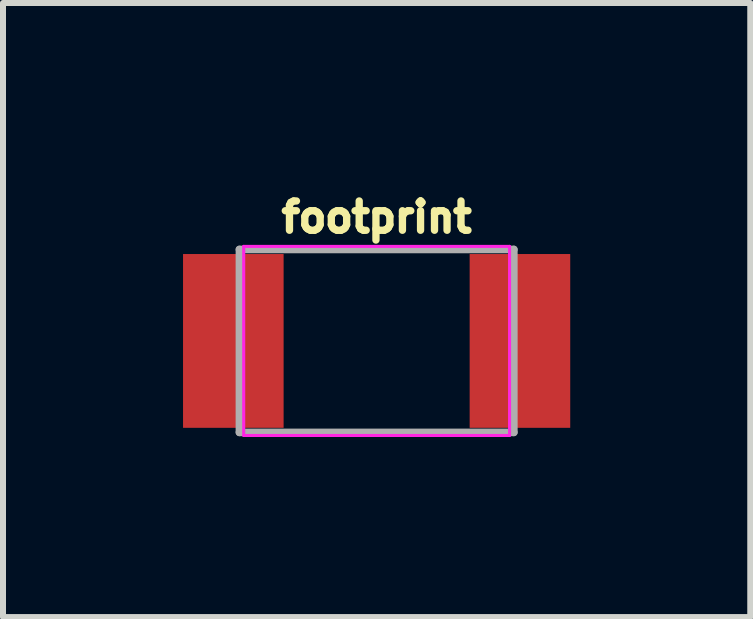
<source format=kicad_pcb>
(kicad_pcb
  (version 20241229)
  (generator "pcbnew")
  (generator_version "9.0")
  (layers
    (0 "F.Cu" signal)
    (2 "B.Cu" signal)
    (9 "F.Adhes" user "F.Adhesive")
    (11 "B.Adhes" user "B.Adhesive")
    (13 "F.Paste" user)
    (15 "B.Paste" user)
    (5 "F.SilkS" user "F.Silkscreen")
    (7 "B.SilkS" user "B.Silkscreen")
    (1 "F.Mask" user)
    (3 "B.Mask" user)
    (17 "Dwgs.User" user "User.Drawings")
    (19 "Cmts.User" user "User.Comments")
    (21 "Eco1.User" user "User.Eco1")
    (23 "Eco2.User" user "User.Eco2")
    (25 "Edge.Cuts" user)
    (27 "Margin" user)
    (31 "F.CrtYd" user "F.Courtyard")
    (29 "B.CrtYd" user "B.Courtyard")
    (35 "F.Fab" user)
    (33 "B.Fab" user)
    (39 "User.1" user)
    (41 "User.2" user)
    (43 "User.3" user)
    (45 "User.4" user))
  (footprint "footprint"
    (layer "F.Cu")
    (at 3.226 2.631)
    (property "Reference" "footprint" (at 0 -1.778 0) (layer "F.SilkS") (effects (font (size 0.488 0.488) (thickness 0.122)) (justify bottom)))
    (fp_line (start -2.215 -1.575) (end 2.215 -1.575) (stroke (width 0.051) (type solid)) (layer "F.CrtYd"))
    (fp_line (start -2.215 1.575) (end -2.215 -1.575) (stroke (width 0.051) (type solid)) (layer "F.CrtYd"))
    (fp_line (start 2.215 -1.575) (end 2.215 1.575) (stroke (width 0.051) (type solid)) (layer "F.CrtYd"))
    (fp_line (start 2.215 1.575) (end -2.215 1.575) (stroke (width 0.051) (type solid)) (layer "F.CrtYd"))
    (fp_line (start -2.286 -1.524) (end 2.286 -1.524) (stroke (width 0.127) (type solid)) (layer "F.Fab"))
    (fp_line (start -2.286 1.524) (end -2.286 -1.524) (stroke (width 0.127) (type solid)) (layer "F.Fab"))
    (fp_line (start 2.286 -1.524) (end 2.286 1.524) (stroke (width 0.127) (type solid)) (layer "F.Fab"))
    (fp_line (start 2.286 1.524) (end -2.286 1.524) (stroke (width 0.127) (type solid)) (layer "F.Fab"))
    (pad "1" smd rect (at -2.388 0) (size 1.676 2.896) (layers "F.Cu" "F.Mask" "F.Paste"))
    (pad "2" smd rect (at 2.388 0) (size 1.676 2.896) (layers "F.Cu" "F.Mask" "F.Paste")))
  (gr_rect
    (start -3 -3)
    (end 9.452 7.232)
    (stroke (width 0.1) (type default))
    (fill no)
    (layer "Edge.Cuts")))
</source>
